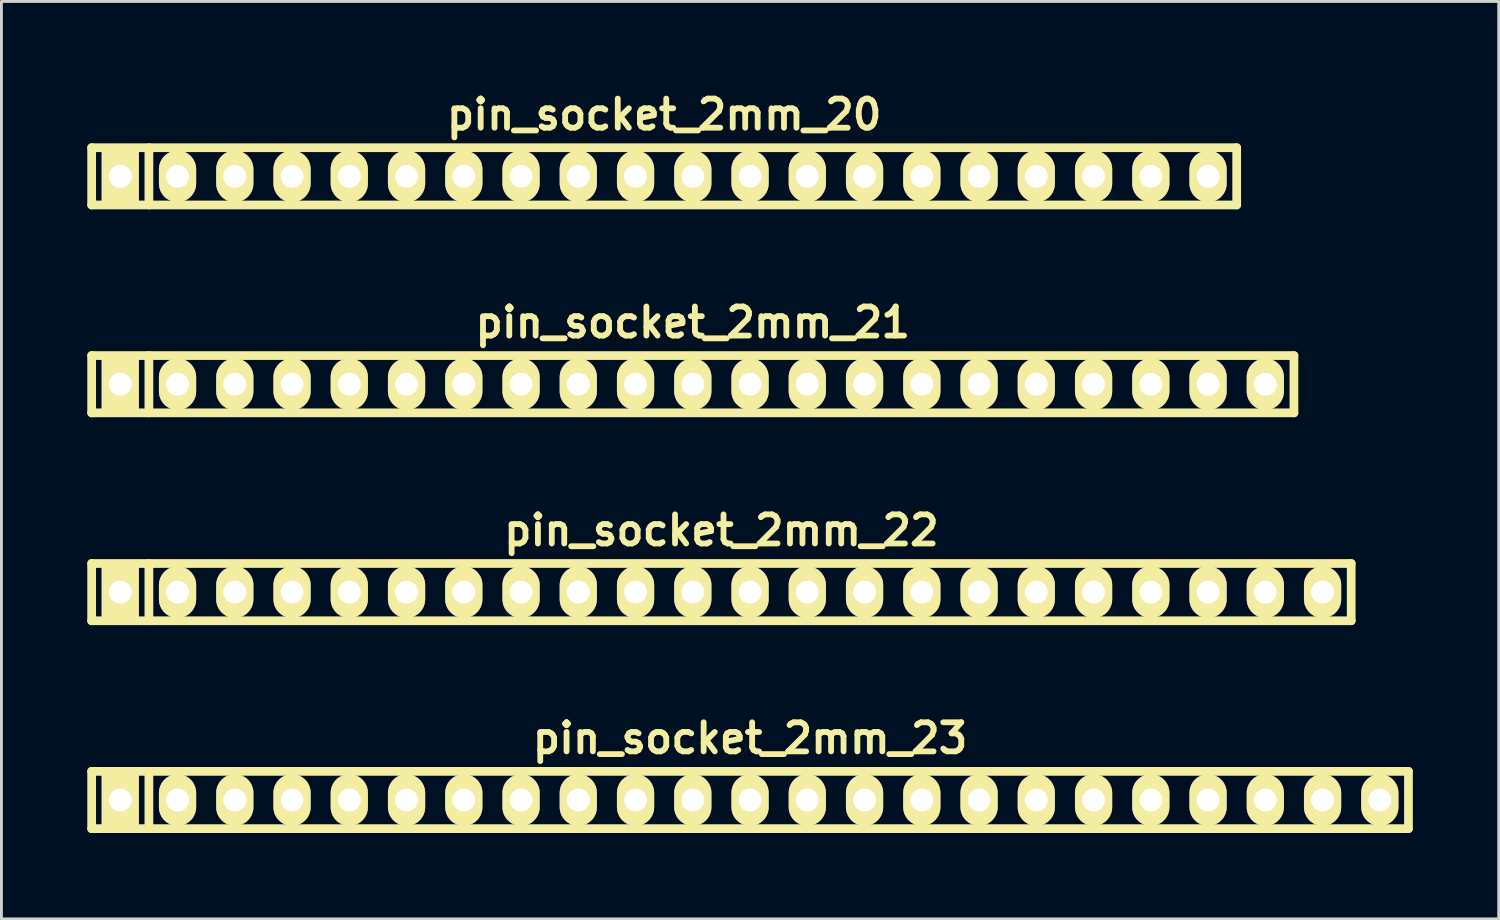
<source format=kicad_pcb>
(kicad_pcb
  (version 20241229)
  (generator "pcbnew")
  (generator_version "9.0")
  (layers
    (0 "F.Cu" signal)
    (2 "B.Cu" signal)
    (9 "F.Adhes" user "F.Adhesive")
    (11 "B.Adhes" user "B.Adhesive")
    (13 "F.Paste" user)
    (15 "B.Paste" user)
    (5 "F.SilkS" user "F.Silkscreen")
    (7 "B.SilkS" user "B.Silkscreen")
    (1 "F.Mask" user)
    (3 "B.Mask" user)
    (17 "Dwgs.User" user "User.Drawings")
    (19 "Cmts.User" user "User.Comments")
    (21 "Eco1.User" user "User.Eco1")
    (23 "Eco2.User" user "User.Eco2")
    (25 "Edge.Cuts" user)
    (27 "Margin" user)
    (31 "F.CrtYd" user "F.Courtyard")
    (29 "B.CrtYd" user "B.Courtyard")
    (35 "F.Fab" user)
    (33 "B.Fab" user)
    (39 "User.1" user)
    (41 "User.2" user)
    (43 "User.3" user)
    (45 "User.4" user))
  (footprint "pin_socket_2mm_23"
    (layer "F.Cu")
    (at 23.152 24.897)
    (property "Reference" "pin_socket_2mm_23" (at 0 -2.159 0) (layer "F.SilkS") (effects (font (size 1.016 1.016) (thickness 0.203))))
    (attr through_hole)
    (fp_line (start -23 -1) (end 23 -1) (stroke (width 0.305) (type solid)) (layer "F.SilkS"))
    (fp_line (start -23 1) (end -23 -1) (stroke (width 0.305) (type solid)) (layer "F.SilkS"))
    (fp_line (start -21 -1) (end -21 1) (stroke (width 0.305) (type solid)) (layer "F.SilkS"))
    (fp_line (start 23 -1) (end 23 1) (stroke (width 0.305) (type solid)) (layer "F.SilkS"))
    (fp_line (start 23 1) (end -23 1) (stroke (width 0.305) (type solid)) (layer "F.SilkS"))
    (pad "1" thru_hole rect (at -22 0) (size 1.3 1.8) (drill 0.8) (layers "*.Cu" "*.Mask" "F.SilkS"))
    (pad "2" thru_hole oval (at -20 0) (size 1.3 1.8) (drill 0.8) (layers "*.Cu" "*.Mask" "F.SilkS"))
    (pad "3" thru_hole oval (at -18 0) (size 1.3 1.8) (drill 0.8) (layers "*.Cu" "*.Mask" "F.SilkS"))
    (pad "4" thru_hole oval (at -16 0) (size 1.3 1.8) (drill 0.8) (layers "*.Cu" "*.Mask" "F.SilkS"))
    (pad "5" thru_hole oval (at -14 0) (size 1.3 1.8) (drill 0.8) (layers "*.Cu" "*.Mask" "F.SilkS"))
    (pad "6" thru_hole oval (at -12 0) (size 1.3 1.8) (drill 0.8) (layers "*.Cu" "*.Mask" "F.SilkS"))
    (pad "7" thru_hole oval (at -10 0) (size 1.3 1.8) (drill 0.8) (layers "*.Cu" "*.Mask" "F.SilkS"))
    (pad "8" thru_hole oval (at -8 0) (size 1.3 1.8) (drill 0.8) (layers "*.Cu" "*.Mask" "F.SilkS"))
    (pad "9" thru_hole oval (at -6 0) (size 1.3 1.8) (drill 0.8) (layers "*.Cu" "*.Mask" "F.SilkS"))
    (pad "10" thru_hole oval (at -4 0) (size 1.3 1.8) (drill 0.8) (layers "*.Cu" "*.Mask" "F.SilkS"))
    (pad "11" thru_hole oval (at -2 0) (size 1.3 1.8) (drill 0.8) (layers "*.Cu" "*.Mask" "F.SilkS"))
    (pad "12" thru_hole oval (at 0 0) (size 1.3 1.8) (drill 0.8) (layers "*.Cu" "*.Mask" "F.SilkS"))
    (pad "13" thru_hole oval (at 2 0) (size 1.3 1.8) (drill 0.8) (layers "*.Cu" "*.Mask" "F.SilkS"))
    (pad "14" thru_hole oval (at 4 0) (size 1.3 1.8) (drill 0.8) (layers "*.Cu" "*.Mask" "F.SilkS"))
    (pad "15" thru_hole oval (at 6 0) (size 1.3 1.8) (drill 0.8) (layers "*.Cu" "*.Mask" "F.SilkS"))
    (pad "16" thru_hole oval (at 8 0) (size 1.3 1.8) (drill 0.8) (layers "*.Cu" "*.Mask" "F.SilkS"))
    (pad "17" thru_hole oval (at 10 0) (size 1.3 1.8) (drill 0.8) (layers "*.Cu" "*.Mask" "F.SilkS"))
    (pad "18" thru_hole oval (at 12 0) (size 1.3 1.8) (drill 0.8) (layers "*.Cu" "*.Mask" "F.SilkS"))
    (pad "19" thru_hole oval (at 14 0) (size 1.3 1.8) (drill 0.8) (layers "*.Cu" "*.Mask" "F.SilkS"))
    (pad "20" thru_hole oval (at 16 0) (size 1.3 1.8) (drill 0.8) (layers "*.Cu" "*.Mask" "F.SilkS"))
    (pad "21" thru_hole oval (at 18 0) (size 1.3 1.8) (drill 0.8) (layers "*.Cu" "*.Mask" "F.SilkS"))
    (pad "22" thru_hole oval (at 20 0) (size 1.3 1.8) (drill 0.8) (layers "*.Cu" "*.Mask" "F.SilkS"))
    (pad "23" thru_hole oval (at 22 0) (size 1.3 1.8) (drill 0.8) (layers "*.Cu" "*.Mask" "F.SilkS")))
  (footprint "pin_socket_2mm_22"
    (layer "F.Cu")
    (at 22.152 17.635)
    (property "Reference" "pin_socket_2mm_22" (at 0 -2.159 0) (layer "F.SilkS") (effects (font (size 1.016 1.016) (thickness 0.203))))
    (attr through_hole)
    (fp_line (start -22 -1) (end 22 -1) (stroke (width 0.305) (type solid)) (layer "F.SilkS"))
    (fp_line (start -22 1) (end -22 -1) (stroke (width 0.305) (type solid)) (layer "F.SilkS"))
    (fp_line (start -20 -1) (end -20 1) (stroke (width 0.305) (type solid)) (layer "F.SilkS"))
    (fp_line (start 22 -1) (end 22 1) (stroke (width 0.305) (type solid)) (layer "F.SilkS"))
    (fp_line (start 22 1) (end -22 1) (stroke (width 0.305) (type solid)) (layer "F.SilkS"))
    (pad "1" thru_hole rect (at -21 0) (size 1.3 1.8) (drill 0.8) (layers "*.Cu" "*.Mask" "F.SilkS"))
    (pad "2" thru_hole oval (at -19 0) (size 1.3 1.8) (drill 0.8) (layers "*.Cu" "*.Mask" "F.SilkS"))
    (pad "3" thru_hole oval (at -17 0) (size 1.3 1.8) (drill 0.8) (layers "*.Cu" "*.Mask" "F.SilkS"))
    (pad "4" thru_hole oval (at -15 0) (size 1.3 1.8) (drill 0.8) (layers "*.Cu" "*.Mask" "F.SilkS"))
    (pad "5" thru_hole oval (at -13 0) (size 1.3 1.8) (drill 0.8) (layers "*.Cu" "*.Mask" "F.SilkS"))
    (pad "6" thru_hole oval (at -11 0) (size 1.3 1.8) (drill 0.8) (layers "*.Cu" "*.Mask" "F.SilkS"))
    (pad "7" thru_hole oval (at -9 0) (size 1.3 1.8) (drill 0.8) (layers "*.Cu" "*.Mask" "F.SilkS"))
    (pad "8" thru_hole oval (at -7 0) (size 1.3 1.8) (drill 0.8) (layers "*.Cu" "*.Mask" "F.SilkS"))
    (pad "9" thru_hole oval (at -5 0) (size 1.3 1.8) (drill 0.8) (layers "*.Cu" "*.Mask" "F.SilkS"))
    (pad "10" thru_hole oval (at -3 0) (size 1.3 1.8) (drill 0.8) (layers "*.Cu" "*.Mask" "F.SilkS"))
    (pad "11" thru_hole oval (at -1 0) (size 1.3 1.8) (drill 0.8) (layers "*.Cu" "*.Mask" "F.SilkS"))
    (pad "12" thru_hole oval (at 1 0) (size 1.3 1.8) (drill 0.8) (layers "*.Cu" "*.Mask" "F.SilkS"))
    (pad "13" thru_hole oval (at 3 0) (size 1.3 1.8) (drill 0.8) (layers "*.Cu" "*.Mask" "F.SilkS"))
    (pad "14" thru_hole oval (at 5 0) (size 1.3 1.8) (drill 0.8) (layers "*.Cu" "*.Mask" "F.SilkS"))
    (pad "15" thru_hole oval (at 7 0) (size 1.3 1.8) (drill 0.8) (layers "*.Cu" "*.Mask" "F.SilkS"))
    (pad "16" thru_hole oval (at 9 0) (size 1.3 1.8) (drill 0.8) (layers "*.Cu" "*.Mask" "F.SilkS"))
    (pad "17" thru_hole oval (at 11 0) (size 1.3 1.8) (drill 0.8) (layers "*.Cu" "*.Mask" "F.SilkS"))
    (pad "18" thru_hole oval (at 13 0) (size 1.3 1.8) (drill 0.8) (layers "*.Cu" "*.Mask" "F.SilkS"))
    (pad "19" thru_hole oval (at 15 0) (size 1.3 1.8) (drill 0.8) (layers "*.Cu" "*.Mask" "F.SilkS"))
    (pad "20" thru_hole oval (at 17 0) (size 1.3 1.8) (drill 0.8) (layers "*.Cu" "*.Mask" "F.SilkS"))
    (pad "21" thru_hole oval (at 19 0) (size 1.3 1.8) (drill 0.8) (layers "*.Cu" "*.Mask" "F.SilkS"))
    (pad "22" thru_hole oval (at 21 0) (size 1.3 1.8) (drill 0.8) (layers "*.Cu" "*.Mask" "F.SilkS")))
  (footprint "pin_socket_2mm_21"
    (layer "F.Cu")
    (at 21.152 10.372)
    (property "Reference" "pin_socket_2mm_21" (at 0 -2.159 0) (layer "F.SilkS") (effects (font (size 1.016 1.016) (thickness 0.203))))
    (attr through_hole)
    (fp_line (start -21 -1) (end 21 -1) (stroke (width 0.305) (type solid)) (layer "F.SilkS"))
    (fp_line (start -21 1) (end -21 -1) (stroke (width 0.305) (type solid)) (layer "F.SilkS"))
    (fp_line (start -19 -1) (end -19 1) (stroke (width 0.305) (type solid)) (layer "F.SilkS"))
    (fp_line (start 21 -1) (end 21 1) (stroke (width 0.305) (type solid)) (layer "F.SilkS"))
    (fp_line (start 21 1) (end -21 1) (stroke (width 0.305) (type solid)) (layer "F.SilkS"))
    (pad "1" thru_hole rect (at -20 0) (size 1.3 1.8) (drill 0.8) (layers "*.Cu" "*.Mask" "F.SilkS"))
    (pad "2" thru_hole oval (at -18 0) (size 1.3 1.8) (drill 0.8) (layers "*.Cu" "*.Mask" "F.SilkS"))
    (pad "3" thru_hole oval (at -16 0) (size 1.3 1.8) (drill 0.8) (layers "*.Cu" "*.Mask" "F.SilkS"))
    (pad "4" thru_hole oval (at -14 0) (size 1.3 1.8) (drill 0.8) (layers "*.Cu" "*.Mask" "F.SilkS"))
    (pad "5" thru_hole oval (at -12 0) (size 1.3 1.8) (drill 0.8) (layers "*.Cu" "*.Mask" "F.SilkS"))
    (pad "6" thru_hole oval (at -10 0) (size 1.3 1.8) (drill 0.8) (layers "*.Cu" "*.Mask" "F.SilkS"))
    (pad "7" thru_hole oval (at -8 0) (size 1.3 1.8) (drill 0.8) (layers "*.Cu" "*.Mask" "F.SilkS"))
    (pad "8" thru_hole oval (at -6 0) (size 1.3 1.8) (drill 0.8) (layers "*.Cu" "*.Mask" "F.SilkS"))
    (pad "9" thru_hole oval (at -4 0) (size 1.3 1.8) (drill 0.8) (layers "*.Cu" "*.Mask" "F.SilkS"))
    (pad "10" thru_hole oval (at -2 0) (size 1.3 1.8) (drill 0.8) (layers "*.Cu" "*.Mask" "F.SilkS"))
    (pad "11" thru_hole oval (at 0 0) (size 1.3 1.8) (drill 0.8) (layers "*.Cu" "*.Mask" "F.SilkS"))
    (pad "12" thru_hole oval (at 2 0) (size 1.3 1.8) (drill 0.8) (layers "*.Cu" "*.Mask" "F.SilkS"))
    (pad "13" thru_hole oval (at 4 0) (size 1.3 1.8) (drill 0.8) (layers "*.Cu" "*.Mask" "F.SilkS"))
    (pad "14" thru_hole oval (at 6 0) (size 1.3 1.8) (drill 0.8) (layers "*.Cu" "*.Mask" "F.SilkS"))
    (pad "15" thru_hole oval (at 8 0) (size 1.3 1.8) (drill 0.8) (layers "*.Cu" "*.Mask" "F.SilkS"))
    (pad "16" thru_hole oval (at 10 0) (size 1.3 1.8) (drill 0.8) (layers "*.Cu" "*.Mask" "F.SilkS"))
    (pad "17" thru_hole oval (at 12 0) (size 1.3 1.8) (drill 0.8) (layers "*.Cu" "*.Mask" "F.SilkS"))
    (pad "18" thru_hole oval (at 14 0) (size 1.3 1.8) (drill 0.8) (layers "*.Cu" "*.Mask" "F.SilkS"))
    (pad "19" thru_hole oval (at 16 0) (size 1.3 1.8) (drill 0.8) (layers "*.Cu" "*.Mask" "F.SilkS"))
    (pad "20" thru_hole oval (at 18 0) (size 1.3 1.8) (drill 0.8) (layers "*.Cu" "*.Mask" "F.SilkS"))
    (pad "21" thru_hole oval (at 20 0) (size 1.3 1.8) (drill 0.8) (layers "*.Cu" "*.Mask" "F.SilkS")))
  (footprint "pin_socket_2mm_20"
    (layer "F.Cu")
    (at 20.152 3.11)
    (property "Reference" "pin_socket_2mm_20" (at 0 -2.159 0) (layer "F.SilkS") (effects (font (size 1.016 1.016) (thickness 0.203))))
    (attr through_hole)
    (fp_line (start -20 -1) (end 20 -1) (stroke (width 0.305) (type solid)) (layer "F.SilkS"))
    (fp_line (start -20 1) (end -20 -1) (stroke (width 0.305) (type solid)) (layer "F.SilkS"))
    (fp_line (start -18 -1) (end -18 1) (stroke (width 0.305) (type solid)) (layer "F.SilkS"))
    (fp_line (start 20 -1) (end 20 1) (stroke (width 0.305) (type solid)) (layer "F.SilkS"))
    (fp_line (start 20 1) (end -20 1) (stroke (width 0.305) (type solid)) (layer "F.SilkS"))
    (pad "1" thru_hole rect (at -19 0) (size 1.3 1.8) (drill 0.8) (layers "*.Cu" "*.Mask" "F.SilkS"))
    (pad "2" thru_hole oval (at -17 0) (size 1.3 1.8) (drill 0.8) (layers "*.Cu" "*.Mask" "F.SilkS"))
    (pad "3" thru_hole oval (at -15 0) (size 1.3 1.8) (drill 0.8) (layers "*.Cu" "*.Mask" "F.SilkS"))
    (pad "4" thru_hole oval (at -13 0) (size 1.3 1.8) (drill 0.8) (layers "*.Cu" "*.Mask" "F.SilkS"))
    (pad "5" thru_hole oval (at -11 0) (size 1.3 1.8) (drill 0.8) (layers "*.Cu" "*.Mask" "F.SilkS"))
    (pad "6" thru_hole oval (at -9 0) (size 1.3 1.8) (drill 0.8) (layers "*.Cu" "*.Mask" "F.SilkS"))
    (pad "7" thru_hole oval (at -7 0) (size 1.3 1.8) (drill 0.8) (layers "*.Cu" "*.Mask" "F.SilkS"))
    (pad "8" thru_hole oval (at -5 0) (size 1.3 1.8) (drill 0.8) (layers "*.Cu" "*.Mask" "F.SilkS"))
    (pad "9" thru_hole oval (at -3 0) (size 1.3 1.8) (drill 0.8) (layers "*.Cu" "*.Mask" "F.SilkS"))
    (pad "10" thru_hole oval (at -1 0) (size 1.3 1.8) (drill 0.8) (layers "*.Cu" "*.Mask" "F.SilkS"))
    (pad "11" thru_hole oval (at 1 0) (size 1.3 1.8) (drill 0.8) (layers "*.Cu" "*.Mask" "F.SilkS"))
    (pad "12" thru_hole oval (at 3 0) (size 1.3 1.8) (drill 0.8) (layers "*.Cu" "*.Mask" "F.SilkS"))
    (pad "13" thru_hole oval (at 5 0) (size 1.3 1.8) (drill 0.8) (layers "*.Cu" "*.Mask" "F.SilkS"))
    (pad "14" thru_hole oval (at 7 0) (size 1.3 1.8) (drill 0.8) (layers "*.Cu" "*.Mask" "F.SilkS"))
    (pad "15" thru_hole oval (at 9 0) (size 1.3 1.8) (drill 0.8) (layers "*.Cu" "*.Mask" "F.SilkS"))
    (pad "16" thru_hole oval (at 11 0) (size 1.3 1.8) (drill 0.8) (layers "*.Cu" "*.Mask" "F.SilkS"))
    (pad "17" thru_hole oval (at 13 0) (size 1.3 1.8) (drill 0.8) (layers "*.Cu" "*.Mask" "F.SilkS"))
    (pad "18" thru_hole oval (at 15 0) (size 1.3 1.8) (drill 0.8) (layers "*.Cu" "*.Mask" "F.SilkS"))
    (pad "19" thru_hole oval (at 17 0) (size 1.3 1.8) (drill 0.8) (layers "*.Cu" "*.Mask" "F.SilkS"))
    (pad "20" thru_hole oval (at 19 0) (size 1.3 1.8) (drill 0.8) (layers "*.Cu" "*.Mask" "F.SilkS")))
  (gr_rect
    (start -3 -3)
    (end 49.305 29.05)
    (stroke (width 0.1) (type default))
    (fill no)
    (layer "Edge.Cuts")))
</source>
